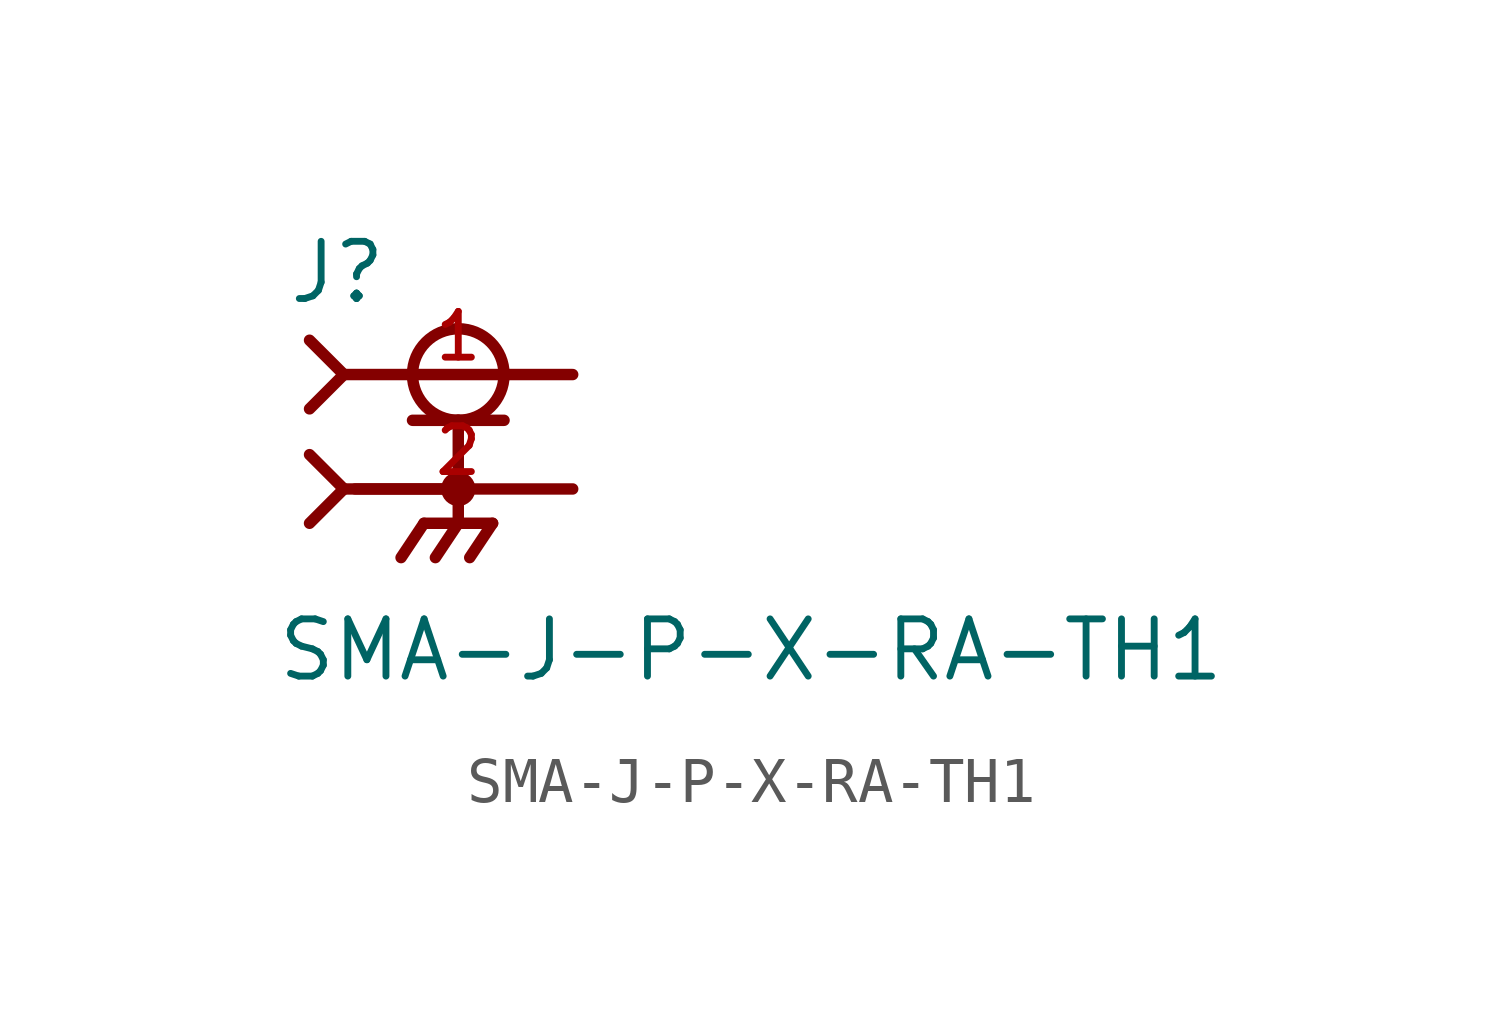
<source format=kicad_sym>
(kicad_symbol_lib
  (version 20241209)
  (generator "kicad_symbol_editor")
  (generator_version "9.0")
  (symbol "SMA-J-P-X-RA-TH1"
    (pin_names
      (offset 1.016))
    (property "Reference" "J"
      (at -3.81 4.064 0)
      (effects (font (size 1.27 1.27)) (justify left bottom)))
    (property "Value" "SMA-J-P-X-RA-TH1"
      (at -4.064 -4.318 0)
      (effects (font (size 1.27 1.27)) (justify left bottom)))
    (symbol "SMA-J-P-X-RA-TH1_0_0"
      (polyline (pts (xy -3.302 3.302) (xy -2.54 2.54)) (stroke (width 0.254) (type default)) (fill (type none)))
      (polyline (pts (xy -3.302 1.778) (xy -2.54 2.54)) (stroke (width 0.254) (type default)) (fill (type none)))
      (polyline (pts (xy -3.302 0.762) (xy -2.54 0)) (stroke (width 0.254) (type default)) (fill (type none)))
      (polyline (pts (xy -3.302 -0.762) (xy -2.54 0)) (stroke (width 0.254) (type default)) (fill (type none)))
      (polyline (pts (xy -2.54 2.54) (xy 2.54 2.54)) (stroke (width 0.254) (type default)) (fill (type none)))
      (polyline (pts (xy -2.54 0) (xy 0 0)) (stroke (width 0.254) (type default)) (fill (type none)))
      (polyline (pts (xy -1.016 1.524) (xy 0 1.524)) (stroke (width 0.254) (type default)) (fill (type none)))
      (polyline (pts (xy -0.762 -0.762) (xy -1.27 -1.524)) (stroke (width 0.254) (type default)) (fill (type none)))
      (circle (center 0 2.54) (radius 1.016) (stroke (width 0.254) (type default)) (fill (type none)))
      (polyline (pts (xy 0 1.524) (xy 0 0)) (stroke (width 0.254) (type default)) (fill (type none)))
      (polyline (pts (xy 0 1.524) (xy 1.016 1.524)) (stroke (width 0.254) (type default)) (fill (type none)))
      (polyline (pts (xy 0 0) (xy -2.286 0)) (stroke (width 0.254) (type default)) (fill (type none)))
      (polyline (pts (xy 0 0) (xy 0 -0.762)) (stroke (width 0.254) (type default)) (fill (type none)))
      (circle (center 0 0) (radius 0.254) (stroke (width 0.254) (type default)) (fill (type none)))
      (polyline (pts (xy 0 -0.762) (xy -0.508 -1.524)) (stroke (width 0.254) (type default)) (fill (type none)))
      (polyline (pts (xy 0.762 -0.762) (xy -0.762 -0.762)) (stroke (width 0.254) (type default)) (fill (type none)))
      (polyline (pts (xy 0.762 -0.762) (xy 0.254 -1.524)) (stroke (width 0.254) (type default)) (fill (type none)))
      (polyline (pts (xy 2.54 0) (xy 0 0)) (stroke (width 0.254) (type default)) (fill (type none)))
      (pin passive line (at 2.54 2.54 180) (length 5.08) (name "~" (effects (font (size 1.016 1.016)))) (number "1" (effects (font (size 1.016 1.016)))))
      (pin passive line (at 2.54 0 180) (length 5.08) (name "~" (effects (font (size 1.016 1.016)))) (number "2" (effects (font (size 1.016 1.016))))))
    (symbol "SMA-J-P-X-RA-TH1_1_0"
      (pin passive line (at 2.54 0 180) (length 5.08) (hide yes) (name "~" (effects (font (size 1.016 1.016)))) (number "3" (effects (font (size 1.016 1.016)))))
      (pin passive line (at 2.54 0 180) (length 5.08) (hide yes) (name "~" (effects (font (size 1.016 1.016)))) (number "4" (effects (font (size 1.016 1.016)))))
      (pin passive line (at 2.54 0 180) (length 5.08) (hide yes) (name "~" (effects (font (size 1.016 1.016)))) (number "5" (effects (font (size 1.016 1.016))))))))
</source>
